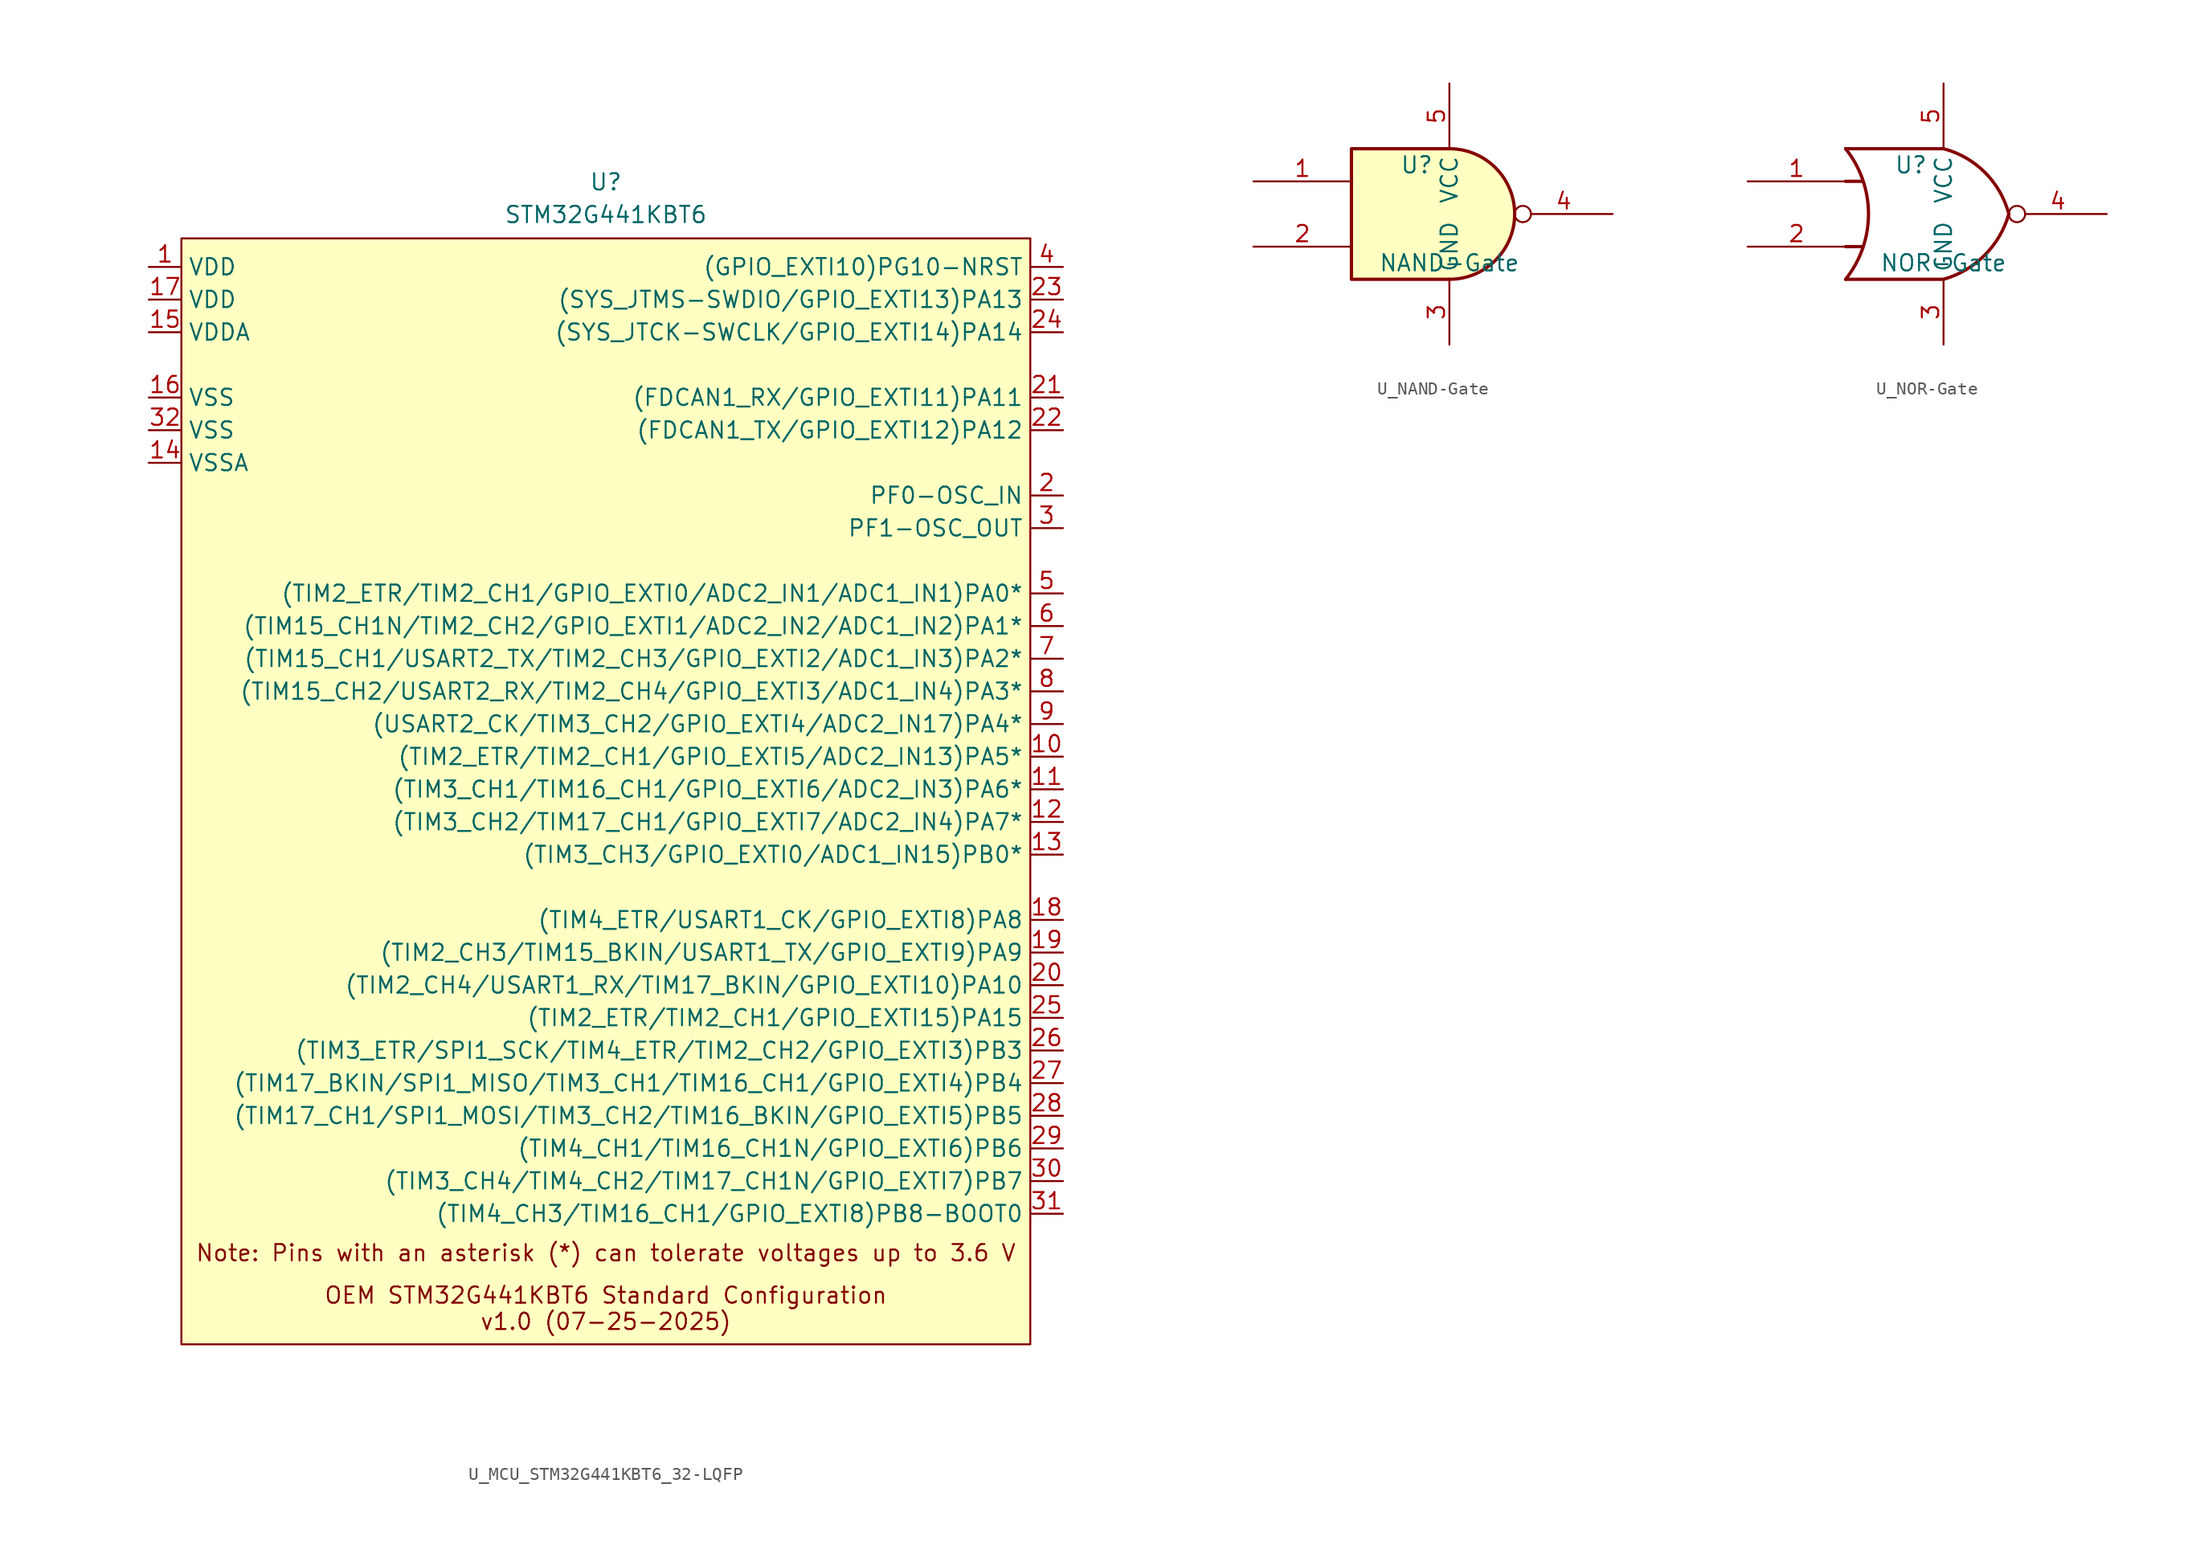
<source format=kicad_sym>
(kicad_symbol_lib
  (version 20241209)
  (generator symbol2library)
  (symbol "U_MCU_STM32G441KBT6_32-LQFP"
    (property "Reference" "U"
      (at 0 47.244 0)
      (effects (font (size 1.27 1.27))))
    (property "Value" "STM32G441KBT6"
      (at 0 44.704 0)
      (effects (font (size 1.27 1.27))))
    (symbol "U_MCU_STM32G441KBT6_32-LQFP_1_1"
      (rectangle (start -33.02 42.862) (end 33.02 -43.18) (stroke (width 0) (type solid)) (fill (type color) (color 255 255 194 1)))
      (text "Note: Pins with an asterisk (*) can tolerate voltages up to 3.6 V\n" (at 0 -36.068 0) (effects (font (size 1.27 1.27))))
      (text "OEM STM32G441KBT6 Standard Configuration\nv1.0 (07-25-2025)" (at 0 -40.386 0) (effects (font (size 1.27 1.27))))
      (pin power_in line (at -35.56 40.64 0) (length 2.54) (name "VDD" (effects (font (size 1.27 1.27)))) (number "1" (effects (font (size 1.27 1.27)))))
      (pin power_in line (at -35.56 38.1 0) (length 2.54) (name "VDD" (effects (font (size 1.27 1.27)))) (number "17" (effects (font (size 1.27 1.27)))))
      (pin power_in line (at -35.56 35.56 0) (length 2.54) (name "VDDA" (effects (font (size 1.27 1.27)))) (number "15" (effects (font (size 1.27 1.27)))))
      (pin power_in line (at -35.56 30.48 0) (length 2.54) (name "VSS" (effects (font (size 1.27 1.27)))) (number "16" (effects (font (size 1.27 1.27)))))
      (pin power_in line (at -35.56 27.94 0) (length 2.54) (name "VSS" (effects (font (size 1.27 1.27)))) (number "32" (effects (font (size 1.27 1.27)))))
      (pin power_in line (at -35.56 25.4 0) (length 2.54) (name "VSSA" (effects (font (size 1.27 1.27)))) (number "14" (effects (font (size 1.27 1.27)))))
      (pin bidirectional line (at 35.56 40.64 180) (length 2.54) (name "(GPIO_EXTI10)PG10-NRST" (effects (font (size 1.27 1.27)))) (number "4" (effects (font (size 1.27 1.27)))))
      (pin bidirectional line (at 35.56 38.1 180) (length 2.54) (name "(SYS_JTMS-SWDIO/GPIO_EXTI13)PA13" (effects (font (size 1.27 1.27)))) (number "23" (effects (font (size 1.27 1.27)))))
      (pin bidirectional line (at 35.56 35.56 180) (length 2.54) (name "(SYS_JTCK-SWCLK/GPIO_EXTI14)PA14" (effects (font (size 1.27 1.27)))) (number "24" (effects (font (size 1.27 1.27)))))
      (pin bidirectional line (at 35.56 30.48 180) (length 2.54) (name "(FDCAN1_RX/GPIO_EXTI11)PA11" (effects (font (size 1.27 1.27)))) (number "21" (effects (font (size 1.27 1.27)))))
      (pin bidirectional line (at 35.56 27.94 180) (length 2.54) (name "(FDCAN1_TX/GPIO_EXTI12)PA12" (effects (font (size 1.27 1.27)))) (number "22" (effects (font (size 1.27 1.27)))))
      (pin bidirectional line (at 35.56 22.86 180) (length 2.54) (name "PF0-OSC_IN" (effects (font (size 1.27 1.27)))) (number "2" (effects (font (size 1.27 1.27)))))
      (pin bidirectional line (at 35.56 20.32 180) (length 2.54) (name "PF1-OSC_OUT" (effects (font (size 1.27 1.27)))) (number "3" (effects (font (size 1.27 1.27)))))
      (pin bidirectional line (at 35.56 15.24 180) (length 2.54) (name "(TIM2_ETR/TIM2_CH1/GPIO_EXTI0/ADC2_IN1/ADC1_IN1)PA0*" (effects (font (size 1.27 1.27)))) (number "5" (effects (font (size 1.27 1.27)))))
      (pin bidirectional line (at 35.56 12.7 180) (length 2.54) (name "(TIM15_CH1N/TIM2_CH2/GPIO_EXTI1/ADC2_IN2/ADC1_IN2)PA1*" (effects (font (size 1.27 1.27)))) (number "6" (effects (font (size 1.27 1.27)))))
      (pin bidirectional line (at 35.56 10.16 180) (length 2.54) (name "(TIM15_CH1/USART2_TX/TIM2_CH3/GPIO_EXTI2/ADC1_IN3)PA2*" (effects (font (size 1.27 1.27)))) (number "7" (effects (font (size 1.27 1.27)))))
      (pin bidirectional line (at 35.56 7.62 180) (length 2.54) (name "(TIM15_CH2/USART2_RX/TIM2_CH4/GPIO_EXTI3/ADC1_IN4)PA3*" (effects (font (size 1.27 1.27)))) (number "8" (effects (font (size 1.27 1.27)))))
      (pin bidirectional line (at 35.56 5.08 180) (length 2.54) (name "(USART2_CK/TIM3_CH2/GPIO_EXTI4/ADC2_IN17)PA4*" (effects (font (size 1.27 1.27)))) (number "9" (effects (font (size 1.27 1.27)))))
      (pin bidirectional line (at 35.56 2.54 180) (length 2.54) (name "(TIM2_ETR/TIM2_CH1/GPIO_EXTI5/ADC2_IN13)PA5*" (effects (font (size 1.27 1.27)))) (number "10" (effects (font (size 1.27 1.27)))))
      (pin bidirectional line (at 35.56 0 180) (length 2.54) (name "(TIM3_CH1/TIM16_CH1/GPIO_EXTI6/ADC2_IN3)PA6*" (effects (font (size 1.27 1.27)))) (number "11" (effects (font (size 1.27 1.27)))))
      (pin bidirectional line (at 35.56 -2.54 180) (length 2.54) (name "(TIM3_CH2/TIM17_CH1/GPIO_EXTI7/ADC2_IN4)PA7*" (effects (font (size 1.27 1.27)))) (number "12" (effects (font (size 1.27 1.27)))))
      (pin bidirectional line (at 35.56 -5.08 180) (length 2.54) (name "(TIM3_CH3/GPIO_EXTI0/ADC1_IN15)PB0*" (effects (font (size 1.27 1.27)))) (number "13" (effects (font (size 1.27 1.27)))))
      (pin bidirectional line (at 35.56 -10.16 180) (length 2.54) (name "(TIM4_ETR/USART1_CK/GPIO_EXTI8)PA8" (effects (font (size 1.27 1.27)))) (number "18" (effects (font (size 1.27 1.27)))))
      (pin bidirectional line (at 35.56 -12.7 180) (length 2.54) (name "(TIM2_CH3/TIM15_BKIN/USART1_TX/GPIO_EXTI9)PA9" (effects (font (size 1.27 1.27)))) (number "19" (effects (font (size 1.27 1.27)))))
      (pin bidirectional line (at 35.56 -15.24 180) (length 2.54) (name "(TIM2_CH4/USART1_RX/TIM17_BKIN/GPIO_EXTI10)PA10" (effects (font (size 1.27 1.27)))) (number "20" (effects (font (size 1.27 1.27)))))
      (pin bidirectional line (at 35.56 -17.78 180) (length 2.54) (name "(TIM2_ETR/TIM2_CH1/GPIO_EXTI15)PA15" (effects (font (size 1.27 1.27)))) (number "25" (effects (font (size 1.27 1.27)))))
      (pin bidirectional line (at 35.56 -20.32 180) (length 2.54) (name "(TIM3_ETR/SPI1_SCK/TIM4_ETR/TIM2_CH2/GPIO_EXTI3)PB3" (effects (font (size 1.27 1.27)))) (number "26" (effects (font (size 1.27 1.27)))))
      (pin bidirectional line (at 35.56 -22.86 180) (length 2.54) (name "(TIM17_BKIN/SPI1_MISO/TIM3_CH1/TIM16_CH1/GPIO_EXTI4)PB4" (effects (font (size 1.27 1.27)))) (number "27" (effects (font (size 1.27 1.27)))))
      (pin bidirectional line (at 35.56 -25.4 180) (length 2.54) (name "(TIM17_CH1/SPI1_MOSI/TIM3_CH2/TIM16_BKIN/GPIO_EXTI5)PB5" (effects (font (size 1.27 1.27)))) (number "28" (effects (font (size 1.27 1.27)))))
      (pin bidirectional line (at 35.56 -27.94 180) (length 2.54) (name "(TIM4_CH1/TIM16_CH1N/GPIO_EXTI6)PB6" (effects (font (size 1.27 1.27)))) (number "29" (effects (font (size 1.27 1.27)))))
      (pin bidirectional line (at 35.56 -30.48 180) (length 2.54) (name "(TIM3_CH4/TIM4_CH2/TIM17_CH1N/GPIO_EXTI7)PB7" (effects (font (size 1.27 1.27)))) (number "30" (effects (font (size 1.27 1.27)))))
      (pin bidirectional line (at 35.56 -33.02 180) (length 2.54) (name "(TIM4_CH3/TIM16_CH1/GPIO_EXTI8)PB8-BOOT0" (effects (font (size 1.27 1.27)))) (number "31" (effects (font (size 1.27 1.27)))))))
  (symbol "U_NAND-Gate"
    (property "Reference" "U"
      (at -2.54 3.81 0)
      (effects (font (size 1.27 1.27))))
    (property "Value" "NAND-Gate"
      (at 0 -3.81 0)
      (effects (font (size 1.27 1.27))))
    (symbol "U_NAND-Gate_0_1"
      (arc (start 0 5.08) (mid 5.0579 0) (end 0 -5.08) (stroke (width 0.254) (type default)) (fill (type background)))
      (polyline (pts (xy 0 -5.08) (xy -7.62 -5.08) (xy -7.62 5.08) (xy 0 5.08)) (stroke (width 0.254) (type default)) (fill (type background))))
    (symbol "U_NAND-Gate_1_1"
      (pin input line (at -15.24 2.54 0) (length 7.62) (name "~" (effects (font (size 1.27 1.27)))) (number "1" (effects (font (size 1.27 1.27)))))
      (pin input line (at -15.24 -2.54 0) (length 7.62) (name "~" (effects (font (size 1.27 1.27)))) (number "2" (effects (font (size 1.27 1.27)))))
      (pin power_in line (at 0 10.16 270) (length 5.08) (name "VCC" (effects (font (size 1.27 1.27)))) (number "5" (effects (font (size 1.27 1.27)))))
      (pin power_in line (at 0 -10.16 90) (length 5.08) (name "GND" (effects (font (size 1.27 1.27)))) (number "3" (effects (font (size 1.27 1.27)))))
      (pin output inverted (at 12.7 0 180) (length 7.62) (name "~" (effects (font (size 1.27 1.27)))) (number "4" (effects (font (size 1.27 1.27)))))))
  (symbol "U_NOR-Gate"
    (property "Reference" "U"
      (at -2.54 3.81 0)
      (effects (font (size 1.27 1.27))))
    (property "Value" "NOR-Gate"
      (at 0 -3.81 0)
      (effects (font (size 1.27 1.27))))
    (symbol "U_NOR-Gate_0_1"
      (arc (start -7.62 5.08) (mid -5.838 0) (end -7.62 -5.08) (stroke (width 0.254) (type default)) (fill (type none)))
      (polyline (pts (xy -7.62 2.54) (xy -6.35 2.54)) (stroke (width 0.254) (type default)) (fill (type background)))
      (polyline (pts (xy -7.62 -2.54) (xy -6.35 -2.54)) (stroke (width 0.254) (type default)) (fill (type background)))
      (arc (start 5.08 0) (mid 3.202 -3.202) (end 0 -5.08) (stroke (width 0.254) (type default)) (fill (type none)))
      (arc (start 0 5.08) (mid 3.2271 3.2271) (end 5.08 0) (stroke (width 0.254) (type default)) (fill (type none)))
      (polyline (pts (xy 0 5.08) (xy -7.62 5.08)) (stroke (width 0.254) (type default)) (fill (type background)))
      (polyline (pts (xy 0 -5.08) (xy -7.62 -5.08)) (stroke (width 0.254) (type default)) (fill (type background))))
    (symbol "U_NOR-Gate_1_1"
      (pin input line (at -15.24 2.54 0) (length 7.62) (name "~" (effects (font (size 1.27 1.27)))) (number "1" (effects (font (size 1.27 1.27)))))
      (pin input line (at -15.24 -2.54 0) (length 7.62) (name "~" (effects (font (size 1.27 1.27)))) (number "2" (effects (font (size 1.27 1.27)))))
      (pin power_in line (at 0 10.16 270) (length 5.08) (name "VCC" (effects (font (size 1.27 1.27)))) (number "5" (effects (font (size 1.27 1.27)))))
      (pin power_in line (at 0 -10.16 90) (length 5.08) (name "GND" (effects (font (size 1.27 1.27)))) (number "3" (effects (font (size 1.27 1.27)))))
      (pin output inverted (at 12.7 0 180) (length 7.62) (name "~" (effects (font (size 1.27 1.27)))) (number "4" (effects (font (size 1.27 1.27))))))))
</source>
